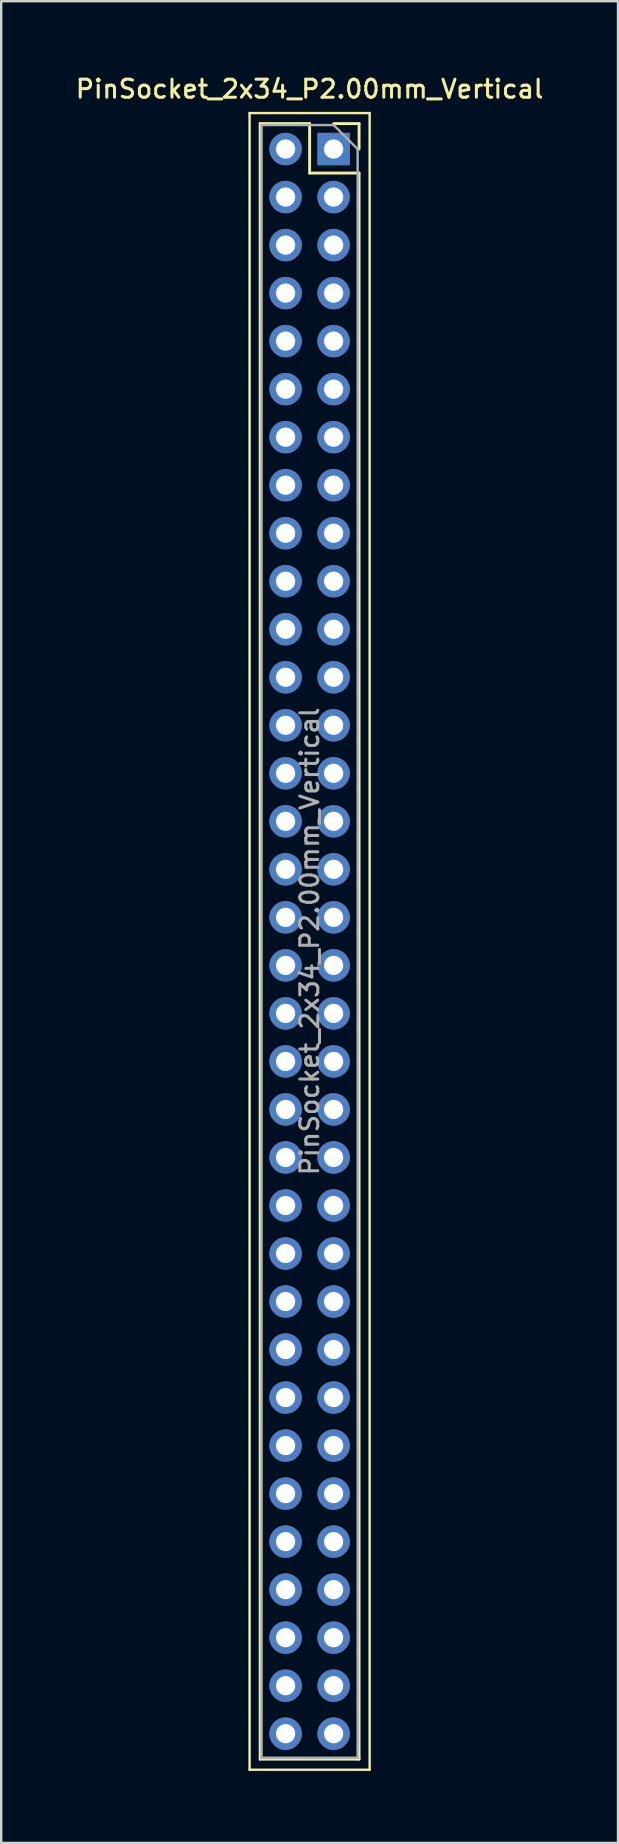
<source format=kicad_pcb>
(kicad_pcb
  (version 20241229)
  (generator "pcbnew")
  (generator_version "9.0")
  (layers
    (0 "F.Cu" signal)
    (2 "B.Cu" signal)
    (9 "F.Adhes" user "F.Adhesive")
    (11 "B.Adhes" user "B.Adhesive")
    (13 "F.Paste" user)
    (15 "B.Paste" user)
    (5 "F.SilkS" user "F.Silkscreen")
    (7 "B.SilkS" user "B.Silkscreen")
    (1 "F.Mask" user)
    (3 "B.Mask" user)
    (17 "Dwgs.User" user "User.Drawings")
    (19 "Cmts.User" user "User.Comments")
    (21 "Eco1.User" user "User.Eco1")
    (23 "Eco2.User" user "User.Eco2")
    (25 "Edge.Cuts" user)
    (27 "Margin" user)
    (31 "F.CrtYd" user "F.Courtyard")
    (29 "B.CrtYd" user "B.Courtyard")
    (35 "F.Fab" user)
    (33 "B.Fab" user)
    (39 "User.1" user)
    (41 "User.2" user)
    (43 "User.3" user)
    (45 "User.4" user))
  (footprint "PinSocket_2x34_P2.00mm_Vertical"
    (layer "F.Cu")
    (at 10.845 3.158)
    (property "Reference" "PinSocket_2x34_P2.00mm_Vertical" (at -1 -2.5 0) (layer "F.SilkS") (effects (font (size 0.75 0.75) (thickness 0.125))))
    (attr through_hole)
    (fp_line (start -3.5 -1.5) (end 1.5 -1.5) (stroke (width 0.1) (type solid)) (layer "F.SilkS"))
    (fp_line (start -3.5 67.5) (end -3.5 -1.5) (stroke (width 0.1) (type solid)) (layer "F.SilkS"))
    (fp_line (start -3.06 -1.06) (end -3.06 67.06) (stroke (width 0.12) (type solid)) (layer "F.SilkS"))
    (fp_line (start -3.06 -1.06) (end -1 -1.06) (stroke (width 0.12) (type solid)) (layer "F.SilkS"))
    (fp_line (start -3.06 67.06) (end 1.06 67.06) (stroke (width 0.12) (type solid)) (layer "F.SilkS"))
    (fp_line (start -1 -1.06) (end -1 1) (stroke (width 0.12) (type solid)) (layer "F.SilkS"))
    (fp_line (start -1 1) (end 1.06 1) (stroke (width 0.12) (type solid)) (layer "F.SilkS"))
    (fp_line (start 0 -1.06) (end 1.06 -1.06) (stroke (width 0.12) (type solid)) (layer "F.SilkS"))
    (fp_line (start 1.06 -1.06) (end 1.06 0) (stroke (width 0.12) (type solid)) (layer "F.SilkS"))
    (fp_line (start 1.06 1) (end 1.06 67.06) (stroke (width 0.12) (type solid)) (layer "F.SilkS"))
    (fp_line (start 1.5 -1.5) (end 1.5 67.5) (stroke (width 0.1) (type solid)) (layer "F.SilkS"))
    (fp_line (start 1.5 67.5) (end -3.5 67.5) (stroke (width 0.1) (type solid)) (layer "F.SilkS"))
    (fp_line (start -3 -1) (end 0 -1) (stroke (width 0.1) (type solid)) (layer "F.Fab"))
    (fp_line (start -3 67) (end -3 -1) (stroke (width 0.1) (type solid)) (layer "F.Fab"))
    (fp_line (start 0 -1) (end 1 0) (stroke (width 0.1) (type solid)) (layer "F.Fab"))
    (fp_line (start 1 0) (end 1 67) (stroke (width 0.1) (type solid)) (layer "F.Fab"))
    (fp_line (start 1 67) (end -3 67) (stroke (width 0.1) (type solid)) (layer "F.Fab"))
    (fp_text user "${REFERENCE}" (at -1 33 90) (layer "F.Fab") (effects (font (size 0.75 0.75) (thickness 0.125))))
    (pad "1" thru_hole rect (at 0 0) (size 1.35 1.35) (drill 0.8) (layers "*.Cu" "*.Mask"))
    (pad "2" thru_hole oval (at -2 0) (size 1.35 1.35) (drill 0.8) (layers "*.Cu" "*.Mask"))
    (pad "3" thru_hole oval (at 0 2) (size 1.35 1.35) (drill 0.8) (layers "*.Cu" "*.Mask"))
    (pad "4" thru_hole oval (at -2 2) (size 1.35 1.35) (drill 0.8) (layers "*.Cu" "*.Mask"))
    (pad "5" thru_hole oval (at 0 4) (size 1.35 1.35) (drill 0.8) (layers "*.Cu" "*.Mask"))
    (pad "6" thru_hole oval (at -2 4) (size 1.35 1.35) (drill 0.8) (layers "*.Cu" "*.Mask"))
    (pad "7" thru_hole oval (at 0 6) (size 1.35 1.35) (drill 0.8) (layers "*.Cu" "*.Mask"))
    (pad "8" thru_hole oval (at -2 6) (size 1.35 1.35) (drill 0.8) (layers "*.Cu" "*.Mask"))
    (pad "9" thru_hole oval (at 0 8) (size 1.35 1.35) (drill 0.8) (layers "*.Cu" "*.Mask"))
    (pad "10" thru_hole oval (at -2 8) (size 1.35 1.35) (drill 0.8) (layers "*.Cu" "*.Mask"))
    (pad "11" thru_hole oval (at 0 10) (size 1.35 1.35) (drill 0.8) (layers "*.Cu" "*.Mask"))
    (pad "12" thru_hole oval (at -2 10) (size 1.35 1.35) (drill 0.8) (layers "*.Cu" "*.Mask"))
    (pad "13" thru_hole oval (at 0 12) (size 1.35 1.35) (drill 0.8) (layers "*.Cu" "*.Mask"))
    (pad "14" thru_hole oval (at -2 12) (size 1.35 1.35) (drill 0.8) (layers "*.Cu" "*.Mask"))
    (pad "15" thru_hole oval (at 0 14) (size 1.35 1.35) (drill 0.8) (layers "*.Cu" "*.Mask"))
    (pad "16" thru_hole oval (at -2 14) (size 1.35 1.35) (drill 0.8) (layers "*.Cu" "*.Mask"))
    (pad "17" thru_hole oval (at 0 16) (size 1.35 1.35) (drill 0.8) (layers "*.Cu" "*.Mask"))
    (pad "18" thru_hole oval (at -2 16) (size 1.35 1.35) (drill 0.8) (layers "*.Cu" "*.Mask"))
    (pad "19" thru_hole oval (at 0 18) (size 1.35 1.35) (drill 0.8) (layers "*.Cu" "*.Mask"))
    (pad "20" thru_hole oval (at -2 18) (size 1.35 1.35) (drill 0.8) (layers "*.Cu" "*.Mask"))
    (pad "21" thru_hole oval (at 0 20) (size 1.35 1.35) (drill 0.8) (layers "*.Cu" "*.Mask"))
    (pad "22" thru_hole oval (at -2 20) (size 1.35 1.35) (drill 0.8) (layers "*.Cu" "*.Mask"))
    (pad "23" thru_hole oval (at 0 22) (size 1.35 1.35) (drill 0.8) (layers "*.Cu" "*.Mask"))
    (pad "24" thru_hole oval (at -2 22) (size 1.35 1.35) (drill 0.8) (layers "*.Cu" "*.Mask"))
    (pad "25" thru_hole oval (at 0 24) (size 1.35 1.35) (drill 0.8) (layers "*.Cu" "*.Mask"))
    (pad "26" thru_hole oval (at -2 24) (size 1.35 1.35) (drill 0.8) (layers "*.Cu" "*.Mask"))
    (pad "27" thru_hole oval (at 0 26) (size 1.35 1.35) (drill 0.8) (layers "*.Cu" "*.Mask"))
    (pad "28" thru_hole oval (at -2 26) (size 1.35 1.35) (drill 0.8) (layers "*.Cu" "*.Mask"))
    (pad "29" thru_hole oval (at 0 28) (size 1.35 1.35) (drill 0.8) (layers "*.Cu" "*.Mask"))
    (pad "30" thru_hole oval (at -2 28) (size 1.35 1.35) (drill 0.8) (layers "*.Cu" "*.Mask"))
    (pad "31" thru_hole oval (at 0 30) (size 1.35 1.35) (drill 0.8) (layers "*.Cu" "*.Mask"))
    (pad "32" thru_hole oval (at -2 30) (size 1.35 1.35) (drill 0.8) (layers "*.Cu" "*.Mask"))
    (pad "33" thru_hole oval (at 0 32) (size 1.35 1.35) (drill 0.8) (layers "*.Cu" "*.Mask"))
    (pad "34" thru_hole oval (at -2 32) (size 1.35 1.35) (drill 0.8) (layers "*.Cu" "*.Mask"))
    (pad "35" thru_hole oval (at 0 34) (size 1.35 1.35) (drill 0.8) (layers "*.Cu" "*.Mask"))
    (pad "36" thru_hole oval (at -2 34) (size 1.35 1.35) (drill 0.8) (layers "*.Cu" "*.Mask"))
    (pad "37" thru_hole oval (at 0 36) (size 1.35 1.35) (drill 0.8) (layers "*.Cu" "*.Mask"))
    (pad "38" thru_hole oval (at -2 36) (size 1.35 1.35) (drill 0.8) (layers "*.Cu" "*.Mask"))
    (pad "39" thru_hole oval (at 0 38) (size 1.35 1.35) (drill 0.8) (layers "*.Cu" "*.Mask"))
    (pad "40" thru_hole oval (at -2 38) (size 1.35 1.35) (drill 0.8) (layers "*.Cu" "*.Mask"))
    (pad "41" thru_hole oval (at 0 40) (size 1.35 1.35) (drill 0.8) (layers "*.Cu" "*.Mask"))
    (pad "42" thru_hole oval (at -2 40) (size 1.35 1.35) (drill 0.8) (layers "*.Cu" "*.Mask"))
    (pad "43" thru_hole oval (at 0 42) (size 1.35 1.35) (drill 0.8) (layers "*.Cu" "*.Mask"))
    (pad "44" thru_hole oval (at -2 42) (size 1.35 1.35) (drill 0.8) (layers "*.Cu" "*.Mask"))
    (pad "45" thru_hole oval (at 0 44) (size 1.35 1.35) (drill 0.8) (layers "*.Cu" "*.Mask"))
    (pad "46" thru_hole oval (at -2 44) (size 1.35 1.35) (drill 0.8) (layers "*.Cu" "*.Mask"))
    (pad "47" thru_hole oval (at 0 46) (size 1.35 1.35) (drill 0.8) (layers "*.Cu" "*.Mask"))
    (pad "48" thru_hole oval (at -2 46) (size 1.35 1.35) (drill 0.8) (layers "*.Cu" "*.Mask"))
    (pad "49" thru_hole oval (at 0 48) (size 1.35 1.35) (drill 0.8) (layers "*.Cu" "*.Mask"))
    (pad "50" thru_hole oval (at -2 48) (size 1.35 1.35) (drill 0.8) (layers "*.Cu" "*.Mask"))
    (pad "51" thru_hole oval (at 0 50) (size 1.35 1.35) (drill 0.8) (layers "*.Cu" "*.Mask"))
    (pad "52" thru_hole oval (at -2 50) (size 1.35 1.35) (drill 0.8) (layers "*.Cu" "*.Mask"))
    (pad "53" thru_hole oval (at 0 52) (size 1.35 1.35) (drill 0.8) (layers "*.Cu" "*.Mask"))
    (pad "54" thru_hole oval (at -2 52) (size 1.35 1.35) (drill 0.8) (layers "*.Cu" "*.Mask"))
    (pad "55" thru_hole oval (at 0 54) (size 1.35 1.35) (drill 0.8) (layers "*.Cu" "*.Mask"))
    (pad "56" thru_hole oval (at -2 54) (size 1.35 1.35) (drill 0.8) (layers "*.Cu" "*.Mask"))
    (pad "57" thru_hole oval (at 0 56) (size 1.35 1.35) (drill 0.8) (layers "*.Cu" "*.Mask"))
    (pad "58" thru_hole oval (at -2 56) (size 1.35 1.35) (drill 0.8) (layers "*.Cu" "*.Mask"))
    (pad "59" thru_hole oval (at 0 58) (size 1.35 1.35) (drill 0.8) (layers "*.Cu" "*.Mask"))
    (pad "60" thru_hole oval (at -2 58) (size 1.35 1.35) (drill 0.8) (layers "*.Cu" "*.Mask"))
    (pad "61" thru_hole oval (at 0 60) (size 1.35 1.35) (drill 0.8) (layers "*.Cu" "*.Mask"))
    (pad "62" thru_hole oval (at -2 60) (size 1.35 1.35) (drill 0.8) (layers "*.Cu" "*.Mask"))
    (pad "63" thru_hole oval (at 0 62) (size 1.35 1.35) (drill 0.8) (layers "*.Cu" "*.Mask"))
    (pad "64" thru_hole oval (at -2 62) (size 1.35 1.35) (drill 0.8) (layers "*.Cu" "*.Mask"))
    (pad "65" thru_hole oval (at 0 64) (size 1.35 1.35) (drill 0.8) (layers "*.Cu" "*.Mask"))
    (pad "66" thru_hole oval (at -2 64) (size 1.35 1.35) (drill 0.8) (layers "*.Cu" "*.Mask"))
    (pad "67" thru_hole oval (at 0 66) (size 1.35 1.35) (drill 0.8) (layers "*.Cu" "*.Mask"))
    (pad "68" thru_hole oval (at -2 66) (size 1.35 1.35) (drill 0.8) (layers "*.Cu" "*.Mask")))
  (gr_rect
    (start -3 -3)
    (end 22.689 73.708)
    (stroke (width 0.1) (type default))
    (fill no)
    (layer "Edge.Cuts")))
</source>
